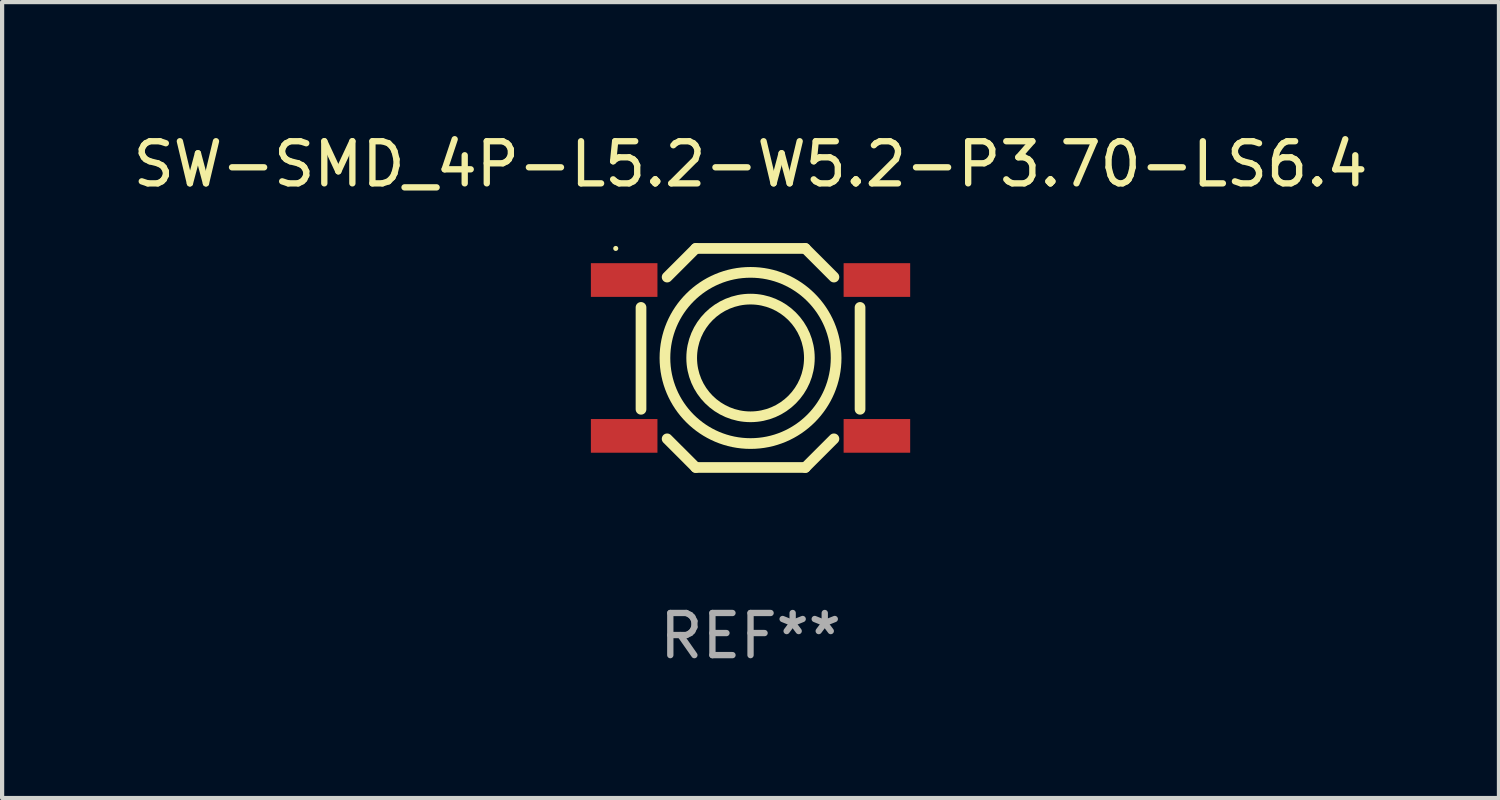
<source format=kicad_pcb>
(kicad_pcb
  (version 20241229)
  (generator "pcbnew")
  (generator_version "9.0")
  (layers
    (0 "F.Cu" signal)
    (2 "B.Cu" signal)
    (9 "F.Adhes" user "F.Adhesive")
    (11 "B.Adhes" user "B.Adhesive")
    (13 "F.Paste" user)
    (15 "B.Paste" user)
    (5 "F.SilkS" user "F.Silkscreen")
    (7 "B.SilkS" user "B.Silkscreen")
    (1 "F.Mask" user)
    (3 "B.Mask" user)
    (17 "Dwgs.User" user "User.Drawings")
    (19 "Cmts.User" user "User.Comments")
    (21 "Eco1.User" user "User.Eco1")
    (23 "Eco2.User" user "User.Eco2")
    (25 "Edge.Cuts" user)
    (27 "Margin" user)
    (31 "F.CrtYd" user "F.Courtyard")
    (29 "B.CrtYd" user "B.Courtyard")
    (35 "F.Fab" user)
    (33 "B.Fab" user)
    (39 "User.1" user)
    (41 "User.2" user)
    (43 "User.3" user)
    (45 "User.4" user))
  (footprint "SW-SMD_4P-L5.2-W5.2-P3.70-LS6.4"
    (layer "F.Cu")
    (at 14.768 5.448)
    (property "Reference" "SW-SMD_4P-L5.2-W5.2-P3.70-LS6.4" (at 0 -4.6 0) (layer "F.SilkS") (effects (font (size 1 1) (thickness 0.15))))
    (attr smd)
    (fp_line (start -2.6 -1.2) (end -2.6 1.219) (stroke (width 0.254) (type solid)) (layer "F.SilkS"))
    (fp_line (start -1.98 1.92) (end -1.3 2.6) (stroke (width 0.254) (type solid)) (layer "F.SilkS"))
    (fp_line (start -1.3 -2.6) (end -1.98 -1.92) (stroke (width 0.254) (type solid)) (layer "F.SilkS"))
    (fp_line (start -1.3 2.6) (end 1.3 2.6) (stroke (width 0.254) (type solid)) (layer "F.SilkS"))
    (fp_line (start 1.3 -2.6) (end -1.3 -2.6) (stroke (width 0.254) (type solid)) (layer "F.SilkS"))
    (fp_line (start 1.3 2.6) (end 1.98 1.92) (stroke (width 0.254) (type solid)) (layer "F.SilkS"))
    (fp_line (start 1.98 -1.92) (end 1.3 -2.6) (stroke (width 0.254) (type solid)) (layer "F.SilkS"))
    (fp_line (start 2.6 -1.2) (end 2.6 1.219) (stroke (width 0.254) (type solid)) (layer "F.SilkS"))
    (fp_circle (center -3.2 -2.6) (end -3.17 -2.6) (stroke (width 0.06) (type solid)) (fill no) (layer "F.SilkS"))
    (fp_circle (center 0 0) (end 1.397 0) (stroke (width 0.254) (type solid)) (fill no) (layer "F.SilkS"))
    (fp_circle (center 0 0) (end 2.032 0) (stroke (width 0.254) (type solid)) (fill no) (layer "F.SilkS"))
    (fp_text user "REF**" (at 0 6.6 0) (layer "F.Fab") (effects (font (size 1 1) (thickness 0.15))))
    (pad "1" smd rect (at -3 -1.85) (size 1.58 0.8) (layers "F.Cu" "F.Mask" "F.Paste"))
    (pad "2" smd rect (at 3 -1.85) (size 1.58 0.8) (layers "F.Cu" "F.Mask" "F.Paste"))
    (pad "3" smd rect (at -3 1.85) (size 1.58 0.8) (layers "F.Cu" "F.Mask" "F.Paste"))
    (pad "4" smd rect (at 3 1.85) (size 1.58 0.8) (layers "F.Cu" "F.Mask" "F.Paste")))
  (gr_rect
    (start -3 -3)
    (end 32.536 15.896)
    (stroke (width 0.1) (type default))
    (fill no)
    (layer "Edge.Cuts")))
</source>
